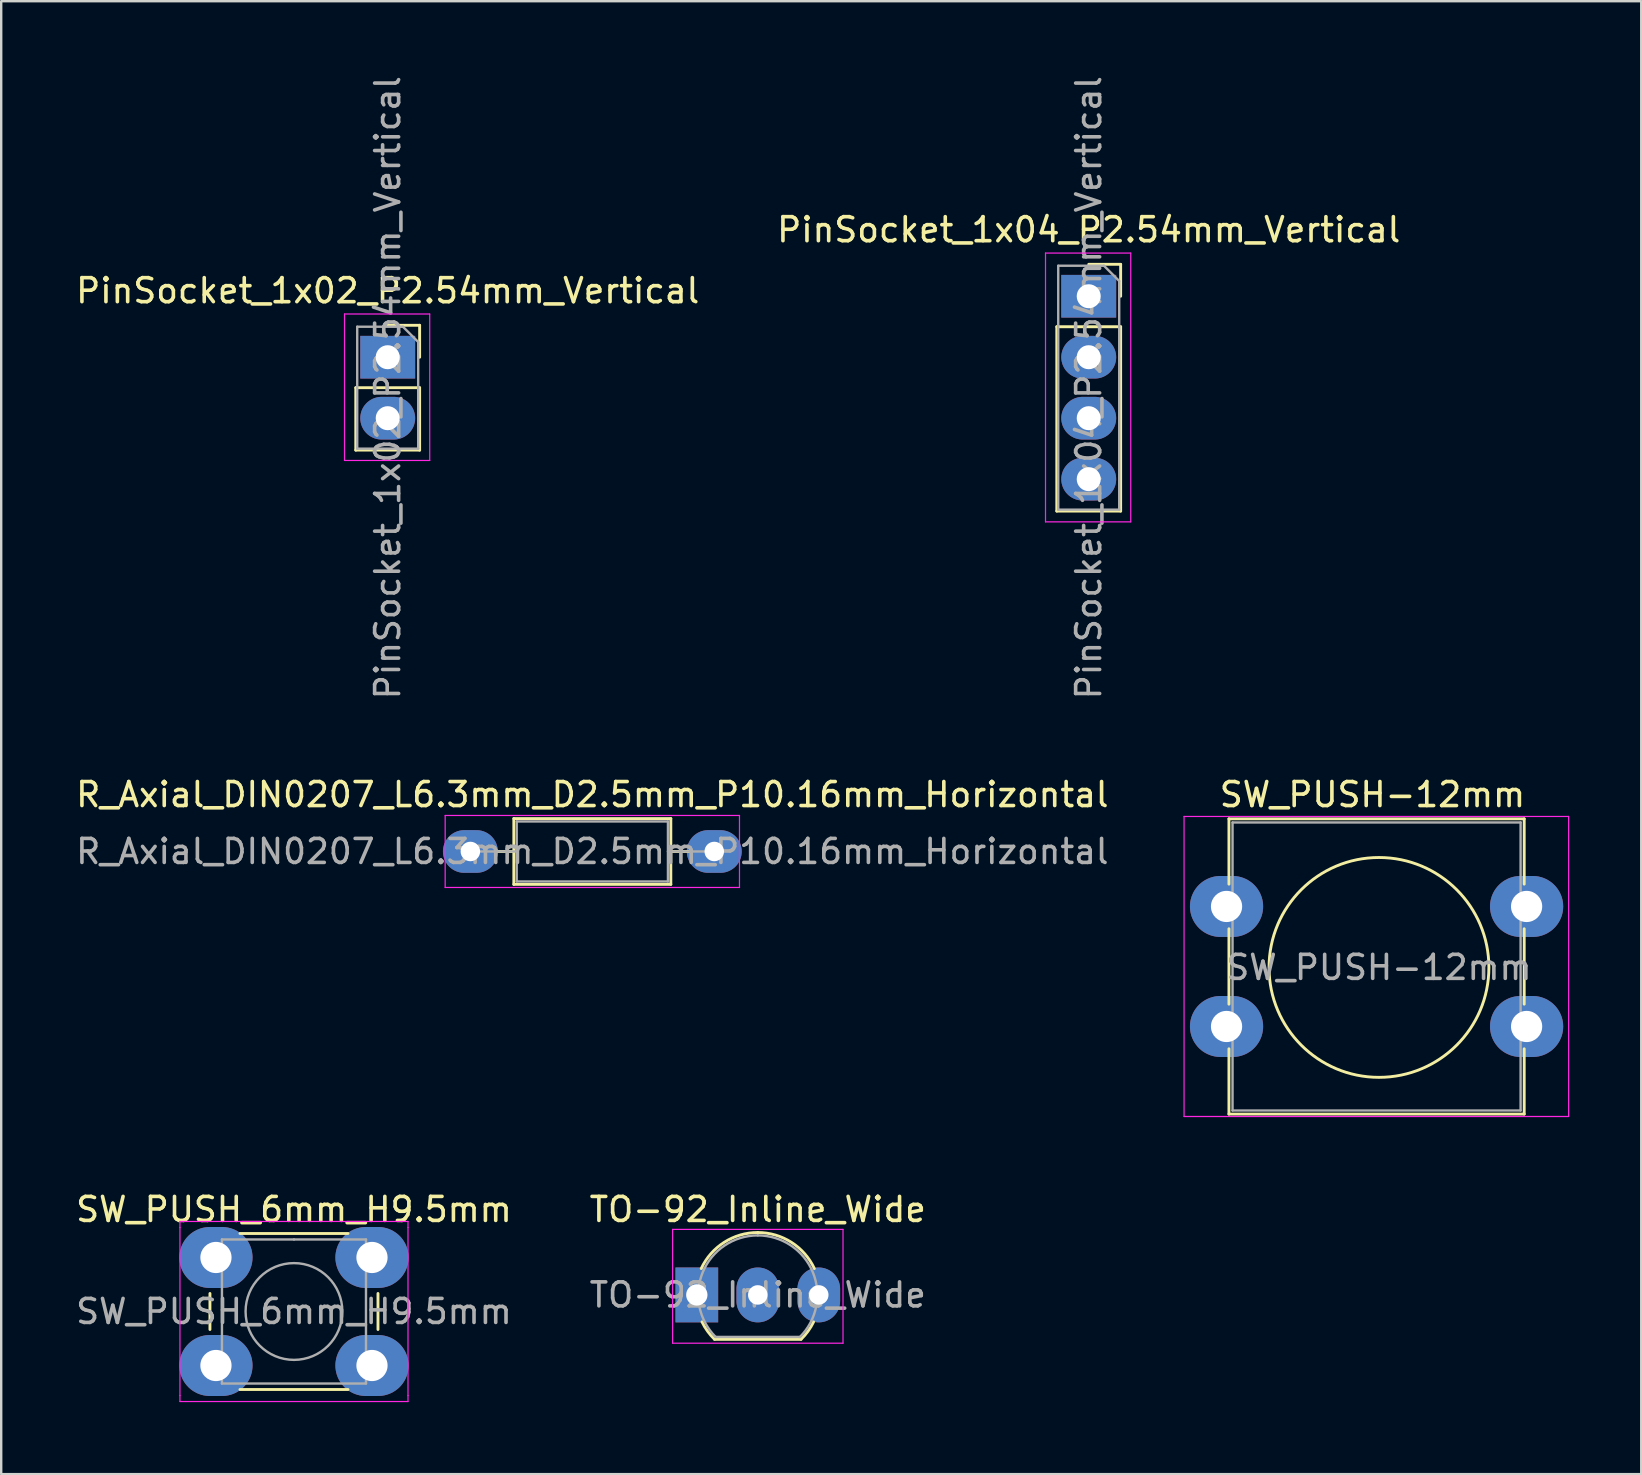
<source format=kicad_pcb>
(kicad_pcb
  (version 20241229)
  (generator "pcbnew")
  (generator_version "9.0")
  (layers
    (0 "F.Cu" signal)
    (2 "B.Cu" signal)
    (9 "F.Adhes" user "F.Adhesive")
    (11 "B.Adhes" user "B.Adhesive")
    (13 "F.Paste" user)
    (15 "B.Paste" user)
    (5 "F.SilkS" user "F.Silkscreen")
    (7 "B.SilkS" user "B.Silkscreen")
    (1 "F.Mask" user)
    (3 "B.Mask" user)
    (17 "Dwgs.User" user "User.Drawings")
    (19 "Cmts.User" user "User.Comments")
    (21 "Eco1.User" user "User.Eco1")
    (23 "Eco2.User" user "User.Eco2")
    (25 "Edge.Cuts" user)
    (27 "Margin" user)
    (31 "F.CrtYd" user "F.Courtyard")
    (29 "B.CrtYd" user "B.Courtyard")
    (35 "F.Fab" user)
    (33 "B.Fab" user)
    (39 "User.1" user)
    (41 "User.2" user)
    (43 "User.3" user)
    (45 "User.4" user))
  (footprint "SW_PUSH_6mm_H9.5mm"
    (layer "F.Cu")
    (at 5.946 49.334)
    (property "Reference" "SW_PUSH_6mm_H9.5mm" (at 3.25 -2 0) (layer "F.SilkS") (effects (font (size 1 1) (thickness 0.15))))
    (attr through_hole)
    (fp_line (start -0.25 1.5) (end -0.25 3) (stroke (width 0.12) (type solid)) (layer "F.SilkS"))
    (fp_line (start 1 5.5) (end 5.5 5.5) (stroke (width 0.12) (type solid)) (layer "F.SilkS"))
    (fp_line (start 5.5 -1) (end 1 -1) (stroke (width 0.12) (type solid)) (layer "F.SilkS"))
    (fp_line (start 6.75 3) (end 6.75 1.5) (stroke (width 0.12) (type solid)) (layer "F.SilkS"))
    (fp_line (start -1.5 -1.5) (end -1.25 -1.5) (stroke (width 0.05) (type solid)) (layer "F.CrtYd"))
    (fp_line (start -1.5 -1.25) (end -1.5 -1.5) (stroke (width 0.05) (type solid)) (layer "F.CrtYd"))
    (fp_line (start -1.5 5.75) (end -1.5 -1.25) (stroke (width 0.05) (type solid)) (layer "F.CrtYd"))
    (fp_line (start -1.5 5.75) (end -1.5 6) (stroke (width 0.05) (type solid)) (layer "F.CrtYd"))
    (fp_line (start -1.5 6) (end -1.25 6) (stroke (width 0.05) (type solid)) (layer "F.CrtYd"))
    (fp_line (start -1.25 -1.5) (end 7.75 -1.5) (stroke (width 0.05) (type solid)) (layer "F.CrtYd"))
    (fp_line (start 7.75 -1.5) (end 8 -1.5) (stroke (width 0.05) (type solid)) (layer "F.CrtYd"))
    (fp_line (start 7.75 6) (end -1.25 6) (stroke (width 0.05) (type solid)) (layer "F.CrtYd"))
    (fp_line (start 7.75 6) (end 8 6) (stroke (width 0.05) (type solid)) (layer "F.CrtYd"))
    (fp_line (start 8 -1.5) (end 8 -1.25) (stroke (width 0.05) (type solid)) (layer "F.CrtYd"))
    (fp_line (start 8 -1.25) (end 8 5.75) (stroke (width 0.05) (type solid)) (layer "F.CrtYd"))
    (fp_line (start 8 6) (end 8 5.75) (stroke (width 0.05) (type solid)) (layer "F.CrtYd"))
    (fp_line (start 0.25 -0.75) (end 3.25 -0.75) (stroke (width 0.1) (type solid)) (layer "F.Fab"))
    (fp_line (start 0.25 5.25) (end 0.25 -0.75) (stroke (width 0.1) (type solid)) (layer "F.Fab"))
    (fp_line (start 3.25 -0.75) (end 6.25 -0.75) (stroke (width 0.1) (type solid)) (layer "F.Fab"))
    (fp_line (start 6.25 -0.75) (end 6.25 5.25) (stroke (width 0.1) (type solid)) (layer "F.Fab"))
    (fp_line (start 6.25 5.25) (end 0.25 5.25) (stroke (width 0.1) (type solid)) (layer "F.Fab"))
    (fp_circle (center 3.25 2.25) (end 1.25 2.5) (stroke (width 0.1) (type solid)) (fill no) (layer "F.Fab"))
    (fp_text user "${REFERENCE}" (at 3.25 2.25 0) (layer "F.Fab") (effects (font (size 1 1) (thickness 0.15))))
    (pad "1" thru_hole oval (at 0 0) (size 3.048 2.54) (drill 1.3) (layers "*.Cu" "*.Mask"))
    (pad "1" thru_hole oval (at 6.5 0) (size 3.048 2.54) (drill 1.3) (layers "*.Cu" "*.Mask"))
    (pad "2" thru_hole oval (at 0 4.5) (size 3.048 2.54) (drill 1.3) (layers "*.Cu" "*.Mask"))
    (pad "2" thru_hole oval (at 6.5 4.5) (size 3.048 2.54) (drill 1.3) (layers "*.Cu" "*.Mask")))
  (footprint "PinSocket_1x04_P2.54mm_Vertical"
    (layer "F.Cu")
    (at 42.304 9.291)
    (property "Reference" "PinSocket_1x04_P2.54mm_Vertical" (at 0 -2.77 0) (layer "F.SilkS") (effects (font (size 1 1) (thickness 0.15))))
    (attr through_hole)
    (fp_line (start -1.33 1.27) (end -1.33 8.95) (stroke (width 0.12) (type solid)) (layer "F.SilkS"))
    (fp_line (start -1.33 1.27) (end 1.33 1.27) (stroke (width 0.12) (type solid)) (layer "F.SilkS"))
    (fp_line (start -1.33 8.95) (end 1.33 8.95) (stroke (width 0.12) (type solid)) (layer "F.SilkS"))
    (fp_line (start 0 -1.33) (end 1.33 -1.33) (stroke (width 0.12) (type solid)) (layer "F.SilkS"))
    (fp_line (start 1.33 -1.33) (end 1.33 0) (stroke (width 0.12) (type solid)) (layer "F.SilkS"))
    (fp_line (start 1.33 1.27) (end 1.33 8.95) (stroke (width 0.12) (type solid)) (layer "F.SilkS"))
    (fp_line (start -1.8 -1.8) (end 1.75 -1.8) (stroke (width 0.05) (type solid)) (layer "F.CrtYd"))
    (fp_line (start -1.8 9.4) (end -1.8 -1.8) (stroke (width 0.05) (type solid)) (layer "F.CrtYd"))
    (fp_line (start 1.75 -1.8) (end 1.75 9.4) (stroke (width 0.05) (type solid)) (layer "F.CrtYd"))
    (fp_line (start 1.75 9.4) (end -1.8 9.4) (stroke (width 0.05) (type solid)) (layer "F.CrtYd"))
    (fp_line (start -1.27 -1.27) (end 0.635 -1.27) (stroke (width 0.1) (type solid)) (layer "F.Fab"))
    (fp_line (start -1.27 8.89) (end -1.27 -1.27) (stroke (width 0.1) (type solid)) (layer "F.Fab"))
    (fp_line (start 0.635 -1.27) (end 1.27 -0.635) (stroke (width 0.1) (type solid)) (layer "F.Fab"))
    (fp_line (start 1.27 -0.635) (end 1.27 8.89) (stroke (width 0.1) (type solid)) (layer "F.Fab"))
    (fp_line (start 1.27 8.89) (end -1.27 8.89) (stroke (width 0.1) (type solid)) (layer "F.Fab"))
    (fp_text user "${REFERENCE}" (at 0 3.81 90) (layer "F.Fab") (effects (font (size 1 1) (thickness 0.15))))
    (pad "1" thru_hole rect (at 0 0) (size 2.286 1.778) (drill 1) (layers "*.Cu" "*.Mask"))
    (pad "2" thru_hole oval (at 0 2.54) (size 2.286 1.778) (drill 1) (layers "*.Cu" "*.Mask"))
    (pad "3" thru_hole oval (at 0 5.08) (size 2.286 1.778) (drill 1) (layers "*.Cu" "*.Mask"))
    (pad "4" thru_hole oval (at 0 7.62) (size 2.286 1.778) (drill 1) (layers "*.Cu" "*.Mask")))
  (footprint "TO-92_Inline_Wide"
    (layer "F.Cu")
    (at 25.978 50.894)
    (property "Reference" "TO-92_Inline_Wide" (at 2.54 -3.56 0) (layer "F.SilkS") (effects (font (size 1 1) (thickness 0.15))))
    (attr through_hole)
    (fp_line (start 0.74 1.85) (end 4.34 1.85) (stroke (width 0.12) (type solid)) (layer "F.SilkS"))
    (fp_arc (start 0.1836 -1.098807) (mid 1.143021 -2.192817) (end 2.54 -2.6) (stroke (width 0.12) (type solid)) (layer "F.SilkS"))
    (fp_arc (start 0.74 1.85) (mid 0.446097 1.509328) (end 0.215816 1.122795) (stroke (width 0.12) (type solid)) (layer "F.SilkS"))
    (fp_arc (start 2.54 -2.6) (mid 3.936979 -2.192818) (end 4.8964 -1.098807) (stroke (width 0.12) (type solid)) (layer "F.SilkS"))
    (fp_arc (start 4.864184 1.122795) (mid 4.633903 1.509328) (end 4.34 1.85) (stroke (width 0.12) (type solid)) (layer "F.SilkS"))
    (fp_line (start -1.01 -2.73) (end -1.01 2.01) (stroke (width 0.05) (type solid)) (layer "F.CrtYd"))
    (fp_line (start -1.01 -2.73) (end 6.09 -2.73) (stroke (width 0.05) (type solid)) (layer "F.CrtYd"))
    (fp_line (start 6.09 2.01) (end -1.01 2.01) (stroke (width 0.05) (type solid)) (layer "F.CrtYd"))
    (fp_line (start 6.09 2.01) (end 6.09 -2.73) (stroke (width 0.05) (type solid)) (layer "F.CrtYd"))
    (fp_line (start 0.8 1.75) (end 4.3 1.75) (stroke (width 0.1) (type solid)) (layer "F.Fab"))
    (fp_arc (start 0.786375 1.753625) (mid 0.248779 -0.949055) (end 2.54 -2.48) (stroke (width 0.1) (type solid)) (layer "F.Fab"))
    (fp_arc (start 2.54 -2.48) (mid 4.831221 -0.949055) (end 4.293625 1.753625) (stroke (width 0.1) (type solid)) (layer "F.Fab"))
    (fp_text user "${REFERENCE}" (at 2.54 0 0) (layer "F.Fab") (effects (font (size 1 1) (thickness 0.15))))
    (pad "1" thru_hole rect (at 0 0) (size 1.778 2.286) (drill 0.889) (layers "*.Cu" "*.Mask"))
    (pad "2" thru_hole oval (at 2.54 0) (size 1.778 2.286) (drill 0.813) (layers "*.Cu" "*.Mask"))
    (pad "3" thru_hole oval (at 5.08 0) (size 1.778 2.286) (drill 0.813) (layers "*.Cu" "*.Mask")))
  (footprint "R_Axial_DIN0207_L6.3mm_D2.5mm_P10.16mm_Horizontal"
    (layer "F.Cu")
    (at 16.545 32.421)
    (property "Reference" "R_Axial_DIN0207_L6.3mm_D2.5mm_P10.16mm_Horizontal" (at 5.08 -2.37 0) (layer "F.SilkS") (effects (font (size 1 1) (thickness 0.15))))
    (attr through_hole)
    (fp_line (start 1.04 0) (end 1.81 0) (stroke (width 0.12) (type solid)) (layer "F.SilkS"))
    (fp_line (start 1.81 -1.37) (end 1.81 1.37) (stroke (width 0.12) (type solid)) (layer "F.SilkS"))
    (fp_line (start 1.81 1.37) (end 8.35 1.37) (stroke (width 0.12) (type solid)) (layer "F.SilkS"))
    (fp_line (start 8.35 -1.37) (end 1.81 -1.37) (stroke (width 0.12) (type solid)) (layer "F.SilkS"))
    (fp_line (start 8.35 1.37) (end 8.35 -1.37) (stroke (width 0.12) (type solid)) (layer "F.SilkS"))
    (fp_line (start 9.12 0) (end 8.35 0) (stroke (width 0.12) (type solid)) (layer "F.SilkS"))
    (fp_line (start -1.05 -1.5) (end -1.05 1.5) (stroke (width 0.05) (type solid)) (layer "F.CrtYd"))
    (fp_line (start -1.05 1.5) (end 11.21 1.5) (stroke (width 0.05) (type solid)) (layer "F.CrtYd"))
    (fp_line (start 11.21 -1.5) (end -1.05 -1.5) (stroke (width 0.05) (type solid)) (layer "F.CrtYd"))
    (fp_line (start 11.21 1.5) (end 11.21 -1.5) (stroke (width 0.05) (type solid)) (layer "F.CrtYd"))
    (fp_line (start 0 0) (end 1.93 0) (stroke (width 0.1) (type solid)) (layer "F.Fab"))
    (fp_line (start 1.93 -1.25) (end 1.93 1.25) (stroke (width 0.1) (type solid)) (layer "F.Fab"))
    (fp_line (start 1.93 1.25) (end 8.23 1.25) (stroke (width 0.1) (type solid)) (layer "F.Fab"))
    (fp_line (start 8.23 -1.25) (end 1.93 -1.25) (stroke (width 0.1) (type solid)) (layer "F.Fab"))
    (fp_line (start 8.23 1.25) (end 8.23 -1.25) (stroke (width 0.1) (type solid)) (layer "F.Fab"))
    (fp_line (start 10.16 0) (end 8.23 0) (stroke (width 0.1) (type solid)) (layer "F.Fab"))
    (fp_text user "${REFERENCE}" (at 5.08 0 0) (layer "F.Fab") (effects (font (size 1 1) (thickness 0.15))))
    (pad "1" thru_hole oval (at 0 0) (size 2.286 1.778) (drill 0.813) (layers "*.Cu" "*.Mask"))
    (pad "2" thru_hole oval (at 10.16 0) (size 2.286 1.778) (drill 0.813) (layers "*.Cu" "*.Mask")))
  (footprint "PinSocket_1x02_P2.54mm_Vertical"
    (layer "F.Cu")
    (at 13.101 11.831)
    (property "Reference" "PinSocket_1x02_P2.54mm_Vertical" (at 0 -2.77 0) (layer "F.SilkS") (effects (font (size 1 1) (thickness 0.15))))
    (attr through_hole)
    (fp_line (start -1.33 1.27) (end -1.33 3.87) (stroke (width 0.12) (type solid)) (layer "F.SilkS"))
    (fp_line (start -1.33 1.27) (end 1.33 1.27) (stroke (width 0.12) (type solid)) (layer "F.SilkS"))
    (fp_line (start -1.33 3.87) (end 1.33 3.87) (stroke (width 0.12) (type solid)) (layer "F.SilkS"))
    (fp_line (start 0 -1.33) (end 1.33 -1.33) (stroke (width 0.12) (type solid)) (layer "F.SilkS"))
    (fp_line (start 1.33 -1.33) (end 1.33 0) (stroke (width 0.12) (type solid)) (layer "F.SilkS"))
    (fp_line (start 1.33 1.27) (end 1.33 3.87) (stroke (width 0.12) (type solid)) (layer "F.SilkS"))
    (fp_line (start -1.8 -1.8) (end 1.75 -1.8) (stroke (width 0.05) (type solid)) (layer "F.CrtYd"))
    (fp_line (start -1.8 4.3) (end -1.8 -1.8) (stroke (width 0.05) (type solid)) (layer "F.CrtYd"))
    (fp_line (start 1.75 -1.8) (end 1.75 4.3) (stroke (width 0.05) (type solid)) (layer "F.CrtYd"))
    (fp_line (start 1.75 4.3) (end -1.8 4.3) (stroke (width 0.05) (type solid)) (layer "F.CrtYd"))
    (fp_line (start -1.27 -1.27) (end 0.635 -1.27) (stroke (width 0.1) (type solid)) (layer "F.Fab"))
    (fp_line (start -1.27 3.81) (end -1.27 -1.27) (stroke (width 0.1) (type solid)) (layer "F.Fab"))
    (fp_line (start 0.635 -1.27) (end 1.27 -0.635) (stroke (width 0.1) (type solid)) (layer "F.Fab"))
    (fp_line (start 1.27 -0.635) (end 1.27 3.81) (stroke (width 0.1) (type solid)) (layer "F.Fab"))
    (fp_line (start 1.27 3.81) (end -1.27 3.81) (stroke (width 0.1) (type solid)) (layer "F.Fab"))
    (fp_text user "${REFERENCE}" (at 0 1.27 90) (layer "F.Fab") (effects (font (size 1 1) (thickness 0.15))))
    (pad "1" thru_hole rect (at 0 0) (size 2.286 1.778) (drill 1) (layers "*.Cu" "*.Mask"))
    (pad "2" thru_hole oval (at 0 2.54) (size 2.286 1.778) (drill 1) (layers "*.Cu" "*.Mask")))
  (footprint "SW_PUSH-12mm"
    (layer "F.Cu")
    (at 48.045 34.711)
    (property "Reference" "SW_PUSH-12mm" (at 6.08 -4.66 0) (layer "F.SilkS") (effects (font (size 1 1) (thickness 0.15))))
    (attr through_hole)
    (fp_line (start 0.1 -3.65) (end 12.4 -3.65) (stroke (width 0.12) (type solid)) (layer "F.SilkS"))
    (fp_line (start 0.1 -0.93) (end 0.1 -3.65) (stroke (width 0.12) (type solid)) (layer "F.SilkS"))
    (fp_line (start 0.1 4.07) (end 0.1 0.93) (stroke (width 0.12) (type solid)) (layer "F.SilkS"))
    (fp_line (start 0.1 8.65) (end 0.1 5.93) (stroke (width 0.12) (type solid)) (layer "F.SilkS"))
    (fp_line (start 12.4 -3.65) (end 12.4 -0.93) (stroke (width 0.12) (type solid)) (layer "F.SilkS"))
    (fp_line (start 12.4 0.93) (end 12.4 4.07) (stroke (width 0.12) (type solid)) (layer "F.SilkS"))
    (fp_line (start 12.4 5.93) (end 12.4 8.65) (stroke (width 0.12) (type solid)) (layer "F.SilkS"))
    (fp_line (start 12.4 8.65) (end 0.1 8.65) (stroke (width 0.12) (type solid)) (layer "F.SilkS"))
    (fp_circle (center 6.35 2.54) (end 10.16 5.08) (stroke (width 0.12) (type solid)) (fill no) (layer "F.SilkS"))
    (fp_line (start -1.77 -3.75) (end -1.77 8.75) (stroke (width 0.05) (type solid)) (layer "F.CrtYd"))
    (fp_line (start -1.77 -3.75) (end 14.25 -3.75) (stroke (width 0.05) (type solid)) (layer "F.CrtYd"))
    (fp_line (start 14.25 8.75) (end -1.77 8.75) (stroke (width 0.05) (type solid)) (layer "F.CrtYd"))
    (fp_line (start 14.25 8.75) (end 14.25 -3.75) (stroke (width 0.05) (type solid)) (layer "F.CrtYd"))
    (fp_line (start 0.25 -3.5) (end 0.25 8.5) (stroke (width 0.1) (type solid)) (layer "F.Fab"))
    (fp_line (start 0.25 -3.5) (end 12.25 -3.5) (stroke (width 0.1) (type solid)) (layer "F.Fab"))
    (fp_line (start 0.25 8.5) (end 12.25 8.5) (stroke (width 0.1) (type solid)) (layer "F.Fab"))
    (fp_line (start 12.25 -3.5) (end 12.25 8.5) (stroke (width 0.1) (type solid)) (layer "F.Fab"))
    (fp_text user "${REFERENCE}" (at 6.35 2.54 0) (layer "F.Fab") (effects (font (size 1 1) (thickness 0.15))))
    (pad "1" thru_hole oval (at 0 0) (size 3.048 2.54) (drill 1.3) (layers "*.Cu" "*.Mask"))
    (pad "1" thru_hole oval (at 12.5 0) (size 3.048 2.54) (drill 1.3) (layers "*.Cu" "*.Mask"))
    (pad "2" thru_hole oval (at 0 5) (size 3.048 2.54) (drill 1.3) (layers "*.Cu" "*.Mask"))
    (pad "2" thru_hole oval (at 12.5 5) (size 3.048 2.54) (drill 1.3) (layers "*.Cu" "*.Mask")))
  (gr_rect
    (start -3 -3)
    (end 65.32 58.359)
    (stroke (width 0.1) (type default))
    (fill no)
    (layer "Edge.Cuts")))
</source>
